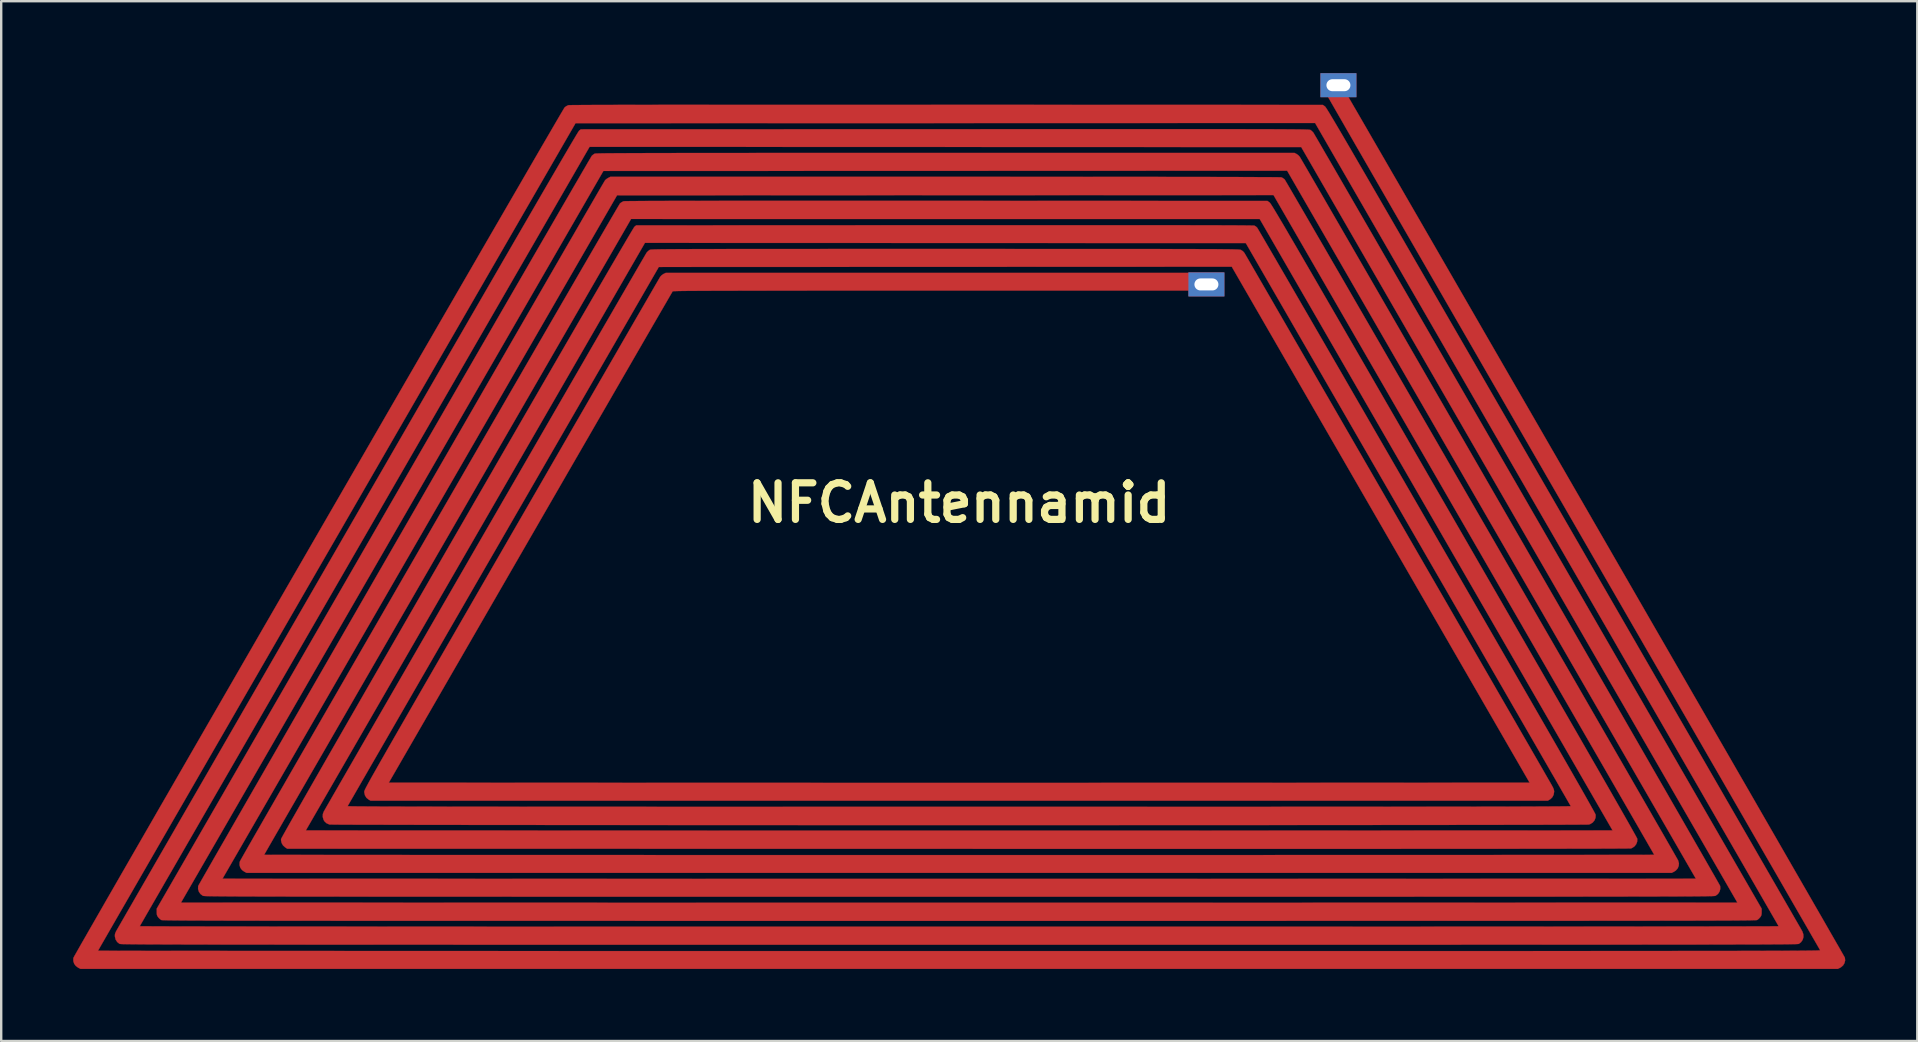
<source format=kicad_pcb>
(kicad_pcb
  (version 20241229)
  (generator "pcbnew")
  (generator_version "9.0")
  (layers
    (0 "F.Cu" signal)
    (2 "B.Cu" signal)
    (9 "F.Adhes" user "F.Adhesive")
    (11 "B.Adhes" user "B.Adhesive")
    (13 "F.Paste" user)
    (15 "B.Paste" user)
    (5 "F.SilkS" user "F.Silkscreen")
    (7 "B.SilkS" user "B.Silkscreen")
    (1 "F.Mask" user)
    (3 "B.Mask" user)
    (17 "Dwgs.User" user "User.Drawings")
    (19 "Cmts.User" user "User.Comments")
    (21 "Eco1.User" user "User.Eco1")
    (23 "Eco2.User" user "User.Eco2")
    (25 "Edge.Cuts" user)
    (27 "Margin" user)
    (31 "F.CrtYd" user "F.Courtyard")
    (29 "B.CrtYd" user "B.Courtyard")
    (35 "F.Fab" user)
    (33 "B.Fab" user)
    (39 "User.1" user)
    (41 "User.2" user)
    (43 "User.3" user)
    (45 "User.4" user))
  (footprint "NFCAntennamid"
    (layer "F.Cu")
    (at 36.912 18.9)
    (property "Reference" "NFCAntennamid" (at 0 -1 0) (layer "F.SilkS") (effects (font (size 1.524 1.524) (thickness 0.3))))
    (attr through_hole)
    (fp_poly (pts (xy 15.955 -18.356) (xy 15.987 -18.301) (xy 16.04 -18.21) (xy 16.112 -18.087) (xy 16.203 -17.93) (xy 16.313 -17.741) (xy 16.44 -17.521) (xy 16.585 -17.272) (xy 16.746 -16.993) (xy 16.924 -16.686) (xy 17.117 -16.352) (xy 17.325 -15.992) (xy 17.548 -15.607) (xy 17.785 -15.197) (xy 18.035 -14.764) (xy 18.299 -14.309) (xy 18.574 -13.832) (xy 18.862 -13.334) (xy 19.16 -12.818) (xy 19.469 -12.282) (xy 19.789 -11.729) (xy 20.118 -11.159) (xy 20.456 -10.574) (xy 20.802 -9.974) (xy 21.157 -9.36) (xy 21.519 -8.733) (xy 21.887 -8.094) (xy 22.262 -7.445) (xy 22.643 -6.785) (xy 23.029 -6.116) (xy 23.42 -5.44) (xy 23.815 -4.756) (xy 24.213 -4.066) (xy 24.614 -3.37) (xy 25.018 -2.671) (xy 25.423 -1.968) (xy 25.83 -1.263) (xy 26.238 -0.556) (xy 26.646 0.151) (xy 27.054 0.858) (xy 27.46 1.563) (xy 27.866 2.266) (xy 28.269 2.965) (xy 28.67 3.661) (xy 29.068 4.351) (xy 29.463 5.034) (xy 29.853 5.711) (xy 30.238 6.379) (xy 30.618 7.039) (xy 30.993 7.688) (xy 31.361 8.326) (xy 31.722 8.953) (xy 32.076 9.566) (xy 32.421 10.166) (xy 32.759 10.751) (xy 33.087 11.32) (xy 33.405 11.873) (xy 33.713 12.408) (xy 34.011 12.924) (xy 34.297 13.421) (xy 34.571 13.897) (xy 34.833 14.352) (xy 35.082 14.784) (xy 35.318 15.193) (xy 35.539 15.578) (xy 35.746 15.937) (xy 35.938 16.27) (xy 36.114 16.576) (xy 36.273 16.854) (xy 36.416 17.103) (xy 36.542 17.322) (xy 36.65 17.509) (xy 36.739 17.665) (xy 36.809 17.788) (xy 36.86 17.877) (xy 36.89 17.932) (xy 36.9 17.95) (xy 36.911 18.064) (xy 36.884 18.175) (xy 36.824 18.273) (xy 36.733 18.351) (xy 36.704 18.367) (xy 36.609 18.415) (xy -36.609 18.415) (xy -36.704 18.367) (xy -36.801 18.297) (xy -36.871 18.203) (xy -36.907 18.095) (xy -36.907 17.981) (xy -36.9 17.95) (xy -36.888 17.927) (xy -36.856 17.868) (xy -36.803 17.775) (xy -36.731 17.648) (xy -36.64 17.488) (xy -36.531 17.296) (xy -36.403 17.074) (xy -36.259 16.821) (xy -36.097 16.54) (xy -35.92 16.231) (xy -35.727 15.895) (xy -35.519 15.532) (xy -35.296 15.145) (xy -35.06 14.734) (xy -34.81 14.3) (xy -34.547 13.843) (xy -34.272 13.366) (xy -33.985 12.868) (xy -33.687 12.351) (xy -33.379 11.815) (xy -33.06 11.263) (xy -32.732 10.694) (xy -32.395 10.11) (xy -32.05 9.511) (xy -31.697 8.899) (xy -31.337 8.274) (xy -30.97 7.638) (xy -30.597 6.992) (xy -30.218 6.336) (xy -29.835 5.671) (xy -29.446 4.998) (xy -29.055 4.319) (xy -28.659 3.635) (xy -28.261 2.945) (xy -27.861 2.252) (xy -27.459 1.556) (xy -27.056 0.858) (xy -26.653 0.16) (xy -26.249 -0.539) (xy -25.846 -1.236) (xy -25.444 -1.932) (xy -25.044 -2.624) (xy -24.646 -3.313) (xy -24.251 -3.996) (xy -23.86 -4.674) (xy -23.472 -5.345) (xy -23.089 -6.008) (xy -22.71 -6.662) (xy -22.338 -7.306) (xy -21.971 -7.94) (xy -21.612 -8.562) (xy -21.259 -9.171) (xy -20.915 -9.766) (xy -20.579 -10.347) (xy -20.251 -10.913) (xy -19.934 -11.462) (xy -19.626 -11.993) (xy -19.329 -12.506) (xy -19.043 -12.999) (xy -18.769 -13.472) (xy -18.507 -13.924) (xy -18.258 -14.353) (xy -18.023 -14.759) (xy -17.801 -15.141) (xy -17.594 -15.498) (xy -17.403 -15.828) (xy -17.226 -16.131) (xy -17.066 -16.406) (xy -16.923 -16.652) (xy -16.797 -16.868) (xy -16.689 -17.053) (xy -16.6 -17.205) (xy -16.529 -17.325) (xy -16.478 -17.411) (xy -16.447 -17.462) (xy -16.437 -17.477) (xy -16.372 -17.525) (xy -16.3 -17.561) (xy -16.282 -17.567) (xy -16.26 -17.569) (xy -16.208 -17.57) (xy -16.124 -17.572) (xy -16.008 -17.573) (xy -15.859 -17.574) (xy -15.678 -17.575) (xy -15.464 -17.576) (xy -15.216 -17.578) (xy -14.935 -17.579) (xy -14.619 -17.579) (xy -14.268 -17.58) (xy -13.883 -17.581) (xy -13.462 -17.582) (xy -13.005 -17.582) (xy -12.513 -17.583) (xy -11.983 -17.584) (xy -11.417 -17.584) (xy -10.813 -17.584) (xy -10.172 -17.585) (xy -9.492 -17.585) (xy -8.774 -17.585) (xy -8.017 -17.585) (xy -7.221 -17.585) (xy -6.385 -17.585) (xy -5.509 -17.585) (xy -4.593 -17.585) (xy -3.636 -17.585) (xy -2.638 -17.585) (xy -1.598 -17.585) (xy -0.523 -17.584) (xy 15.152 -17.579) (xy 15.241 -17.515) (xy 15.247 -17.51) (xy 15.256 -17.499) (xy 15.268 -17.483) (xy 15.283 -17.46) (xy 15.303 -17.431) (xy 15.327 -17.394) (xy 15.355 -17.349) (xy 15.389 -17.294) (xy 15.428 -17.231) (xy 15.472 -17.156) (xy 15.523 -17.071) (xy 15.581 -16.974) (xy 15.646 -16.865) (xy 15.718 -16.743) (xy 15.798 -16.607) (xy 15.887 -16.456) (xy 15.984 -16.291) (xy 16.09 -16.109) (xy 16.205 -15.912) (xy 16.331 -15.697) (xy 16.466 -15.464) (xy 16.612 -15.212) (xy 16.769 -14.942) (xy 16.938 -14.652) (xy 17.118 -14.341) (xy 17.311 -14.008) (xy 17.516 -13.654) (xy 17.734 -13.277) (xy 17.966 -12.877) (xy 18.211 -12.453) (xy 18.471 -12.005) (xy 18.745 -11.531) (xy 19.034 -11.03) (xy 19.339 -10.504) (xy 19.659 -9.949) (xy 19.995 -9.367) (xy 20.348 -8.756) (xy 20.718 -8.116) (xy 21.106 -7.445) (xy 21.511 -6.744) (xy 21.934 -6.011) (xy 22.376 -5.246) (xy 22.837 -4.448) (xy 23.317 -3.617) (xy 23.817 -2.751) (xy 24.336 -1.85) (xy 24.877 -0.914) (xy 25.203 -0.349) (xy 25.66 0.442) (xy 26.112 1.225) (xy 26.558 1.998) (xy 26.999 2.761) (xy 27.433 3.513) (xy 27.86 4.253) (xy 28.279 4.98) (xy 28.691 5.693) (xy 29.094 6.392) (xy 29.489 7.076) (xy 29.874 7.743) (xy 30.25 8.394) (xy 30.615 9.027) (xy 30.97 9.642) (xy 31.314 10.238) (xy 31.646 10.813) (xy 31.965 11.367) (xy 32.273 11.9) (xy 32.567 12.41) (xy 32.848 12.897) (xy 33.115 13.36) (xy 33.367 13.798) (xy 33.605 14.21) (xy 33.827 14.596) (xy 34.034 14.954) (xy 34.224 15.284) (xy 34.398 15.585) (xy 34.554 15.856) (xy 34.693 16.096) (xy 34.813 16.306) (xy 34.915 16.482) (xy 34.998 16.626) (xy 35.061 16.736) (xy 35.104 16.812) (xy 35.127 16.852) (xy 35.13 16.858) (xy 35.17 16.978) (xy 35.173 17.097) (xy 35.139 17.209) (xy 35.072 17.305) (xy 34.982 17.373) (xy 34.978 17.374) (xy 34.971 17.376) (xy 34.961 17.377) (xy 34.946 17.379) (xy 34.927 17.38) (xy 34.903 17.381) (xy 34.873 17.383) (xy 34.837 17.384) (xy 34.793 17.385) (xy 34.742 17.386) (xy 34.683 17.387) (xy 34.615 17.388) (xy 34.537 17.39) (xy 34.45 17.391) (xy 34.352 17.392) (xy 34.242 17.393) (xy 34.121 17.393) (xy 33.987 17.394) (xy 33.84 17.395) (xy 33.68 17.396) (xy 33.506 17.397) (xy 33.316 17.398) (xy 33.111 17.398) (xy 32.891 17.399) (xy 32.653 17.4) (xy 32.398 17.4) (xy 32.126 17.401) (xy 31.835 17.402) (xy 31.525 17.402) (xy 31.195 17.403) (xy 30.846 17.403) (xy 30.475 17.404) (xy 30.083 17.404) (xy 29.669 17.405) (xy 29.232 17.405) (xy 28.772 17.405) (xy 28.288 17.406) (xy 27.78 17.406) (xy 27.246 17.406) (xy 26.687 17.407) (xy 26.102 17.407) (xy 25.49 17.407) (xy 24.851 17.407) (xy 24.183 17.408) (xy 23.487 17.408) (xy 22.762 17.408) (xy 22.007 17.408) (xy 21.221 17.408) (xy 20.404 17.409) (xy 19.556 17.409) (xy 18.675 17.409) (xy 17.762 17.409) (xy 16.815 17.409) (xy 15.834 17.409) (xy 14.819 17.409) (xy 13.768 17.409) (xy 12.681 17.409) (xy 11.558 17.409) (xy 10.398 17.409) (xy 9.2 17.409) (xy 7.964 17.41) (xy 6.689 17.41) (xy 5.375 17.41) (xy 4.021 17.41) (xy 2.626 17.41) (xy 1.189 17.41) (xy 0 17.41) (xy -1.47 17.41) (xy -2.898 17.41) (xy -4.285 17.41) (xy -5.632 17.41) (xy -6.939 17.41) (xy -8.206 17.41) (xy -9.434 17.409) (xy -10.625 17.409) (xy -11.778 17.409) (xy -12.894 17.409) (xy -13.973 17.409) (xy -15.017 17.409) (xy -16.026 17.409) (xy -17.001 17.409) (xy -17.941 17.409) (xy -18.848 17.409) (xy -19.722 17.409) (xy -20.564 17.409) (xy -21.375 17.408) (xy -22.155 17.408) (xy -22.904 17.408) (xy -23.624 17.408) (xy -24.314 17.408) (xy -24.976 17.407) (xy -25.611 17.407) (xy -26.217 17.407) (xy -26.797 17.407) (xy -27.351 17.406) (xy -27.88 17.406) (xy -28.383 17.406) (xy -28.863 17.405) (xy -29.318 17.405) (xy -29.75 17.404) (xy -30.16 17.404) (xy -30.548 17.404) (xy -30.915 17.403) (xy -31.261 17.403) (xy -31.586 17.402) (xy -31.893 17.401) (xy -32.18 17.401) (xy -32.449 17.4) (xy -32.7 17.4) (xy -32.935 17.399) (xy -33.152 17.398) (xy -33.354 17.397) (xy -33.54 17.397) (xy -33.712 17.396) (xy -33.87 17.395) (xy -34.014 17.394) (xy -34.145 17.393) (xy -34.264 17.392) (xy -34.371 17.391) (xy -34.467 17.39) (xy -34.553 17.389) (xy -34.629 17.388) (xy -34.695 17.387) (xy -34.753 17.386) (xy -34.802 17.385) (xy -34.844 17.384) (xy -34.88 17.382) (xy -34.908 17.381) (xy -34.931 17.38) (xy -34.95 17.378) (xy -34.963 17.377) (xy -34.973 17.375) (xy -34.979 17.374) (xy -34.982 17.373) (xy -35.078 17.297) (xy -35.144 17.196) (xy -35.174 17.076) (xy -35.174 17.073) (xy -35.176 16.999) (xy -35.163 16.934) (xy -35.131 16.86) (xy -35.123 16.845) (xy -35.11 16.821) (xy -35.076 16.762) (xy -35.021 16.667) (xy -34.947 16.538) (xy -34.854 16.376) (xy -34.742 16.181) (xy -34.612 15.955) (xy -34.463 15.698) (xy -34.298 15.41) (xy -34.115 15.094) (xy -33.916 14.749) (xy -33.701 14.376) (xy -33.471 13.976) (xy -33.226 13.551) (xy -32.966 13.101) (xy -32.692 12.626) (xy -32.405 12.127) (xy -32.104 11.606) (xy -31.791 11.064) (xy -31.465 10.5) (xy -31.128 9.916) (xy -30.78 9.312) (xy -30.421 8.69) (xy -30.052 8.051) (xy -29.673 7.394) (xy -29.285 6.722) (xy -28.888 6.034) (xy -28.483 5.331) (xy -28.07 4.616) (xy -27.649 3.887) (xy -27.221 3.146) (xy -26.787 2.394) (xy -26.347 1.632) (xy -25.902 0.861) (xy -25.485 0.138) (xy -24.92 -0.841) (xy -24.375 -1.784) (xy -23.851 -2.691) (xy -23.348 -3.563) (xy -22.864 -4.401) (xy -22.399 -5.205) (xy -21.954 -5.976) (xy -21.528 -6.714) (xy -21.12 -7.42) (xy -20.73 -8.094) (xy -20.358 -8.738) (xy -20.003 -9.351) (xy -19.666 -9.934) (xy -19.346 -10.488) (xy -19.042 -11.014) (xy -18.754 -11.511) (xy -18.482 -11.981) (xy -18.225 -12.424) (xy -17.984 -12.84) (xy -17.757 -13.231) (xy -17.546 -13.596) (xy -17.348 -13.937) (xy -17.164 -14.253) (xy -16.993 -14.546) (xy -16.836 -14.816) (xy -16.692 -15.064) (xy -16.56 -15.29) (xy -16.44 -15.495) (xy -16.332 -15.679) (xy -16.236 -15.843) (xy -16.151 -15.987) (xy -16.077 -16.112) (xy -16.013 -16.219) (xy -15.96 -16.309) (xy -15.916 -16.381) (xy -15.882 -16.436) (xy -15.857 -16.475) (xy -15.841 -16.499) (xy -15.834 -16.507) (xy -15.762 -16.563) (xy -0.594 -16.568) (xy 0.366 -16.568) (xy 1.285 -16.569) (xy 2.164 -16.569) (xy 3.003 -16.569) (xy 3.804 -16.57) (xy 4.566 -16.57) (xy 5.292 -16.57) (xy 5.982 -16.57) (xy 6.637 -16.57) (xy 7.258 -16.57) (xy 7.845 -16.57) (xy 8.401 -16.57) (xy 8.925 -16.57) (xy 9.419 -16.57) (xy 9.883 -16.57) (xy 10.318 -16.57) (xy 10.726 -16.57) (xy 11.107 -16.569) (xy 11.463 -16.569) (xy 11.793 -16.569) (xy 12.1 -16.568) (xy 12.383 -16.568) (xy 12.644 -16.567) (xy 12.884 -16.567) (xy 13.104 -16.566) (xy 13.304 -16.565) (xy 13.485 -16.564) (xy 13.649 -16.563) (xy 13.797 -16.562) (xy 13.929 -16.561) (xy 14.045 -16.56) (xy 14.148 -16.559) (xy 14.238 -16.558) (xy 14.316 -16.556) (xy 14.383 -16.555) (xy 14.439 -16.553) (xy 14.486 -16.551) (xy 14.525 -16.55) (xy 14.556 -16.548) (xy 14.581 -16.546) (xy 14.6 -16.544) (xy 14.614 -16.542) (xy 14.624 -16.539) (xy 14.632 -16.537) (xy 14.637 -16.534) (xy 14.64 -16.533) (xy 14.697 -16.488) (xy 14.752 -16.43) (xy 14.759 -16.422) (xy 14.772 -16.4) (xy 14.805 -16.343) (xy 14.859 -16.25) (xy 14.933 -16.124) (xy 15.026 -15.964) (xy 15.137 -15.772) (xy 15.267 -15.547) (xy 15.415 -15.293) (xy 15.58 -15.008) (xy 15.762 -14.693) (xy 15.96 -14.351) (xy 16.174 -13.981) (xy 16.403 -13.584) (xy 16.647 -13.162) (xy 16.906 -12.714) (xy 17.179 -12.243) (xy 17.465 -11.748) (xy 17.764 -11.23) (xy 18.076 -10.691) (xy 18.399 -10.131) (xy 18.735 -9.551) (xy 19.081 -8.951) (xy 19.438 -8.334) (xy 19.805 -7.699) (xy 20.181 -7.047) (xy 20.567 -6.379) (xy 20.961 -5.696) (xy 21.364 -4.999) (xy 21.774 -4.289) (xy 22.191 -3.566) (xy 22.615 -2.832) (xy 23.046 -2.086) (xy 23.482 -1.331) (xy 23.923 -0.566) (xy 24.122 -0.222) (xy 33.433 15.907) (xy 33.433 16.046) (xy 33.43 16.128) (xy 33.419 16.185) (xy 33.395 16.233) (xy 33.373 16.263) (xy 33.32 16.321) (xy 33.262 16.369) (xy 33.246 16.378) (xy 33.242 16.379) (xy 33.235 16.381) (xy 33.225 16.382) (xy 33.21 16.384) (xy 33.191 16.385) (xy 33.167 16.387) (xy 33.136 16.388) (xy 33.099 16.389) (xy 33.055 16.39) (xy 33.003 16.392) (xy 32.943 16.393) (xy 32.874 16.394) (xy 32.795 16.395) (xy 32.706 16.396) (xy 32.606 16.397) (xy 32.495 16.398) (xy 32.371 16.399) (xy 32.235 16.4) (xy 32.086 16.401) (xy 31.922 16.402) (xy 31.745 16.402) (xy 31.552 16.403) (xy 31.343 16.404) (xy 31.118 16.405) (xy 30.875 16.405) (xy 30.616 16.406) (xy 30.338 16.407) (xy 30.041 16.407) (xy 29.724 16.408) (xy 29.388 16.408) (xy 29.031 16.409) (xy 28.652 16.409) (xy 28.252 16.41) (xy 27.829 16.41) (xy 27.383 16.41) (xy 26.913 16.411) (xy 26.419 16.411) (xy 25.9 16.412) (xy 25.355 16.412) (xy 24.784 16.412) (xy 24.186 16.412) (xy 23.56 16.413) (xy 22.907 16.413) (xy 22.224 16.413) (xy 21.513 16.413) (xy 20.771 16.413) (xy 19.999 16.414) (xy 19.196 16.414) (xy 18.361 16.414) (xy 17.494 16.414) (xy 16.593 16.414) (xy 15.659 16.414) (xy 14.691 16.414) (xy 13.688 16.414) (xy 12.649 16.415) (xy 11.574 16.415) (xy 10.463 16.415) (xy 9.314 16.415) (xy 8.127 16.415) (xy 6.902 16.415) (xy 5.637 16.415) (xy 4.333 16.415) (xy 2.988 16.415) (xy 1.602 16.415) (xy 0.175 16.415) (xy 0 16.415) (xy -1.432 16.415) (xy -2.823 16.415) (xy -4.173 16.415) (xy -5.482 16.415) (xy -6.751 16.415) (xy -7.981 16.415) (xy -9.173 16.415) (xy -10.326 16.415) (xy -11.442 16.415) (xy -12.521 16.415) (xy -13.564 16.414) (xy -14.572 16.414) (xy -15.544 16.414) (xy -16.482 16.414) (xy -17.387 16.414) (xy -18.258 16.414) (xy -19.097 16.414) (xy -19.904 16.414) (xy -20.68 16.414) (xy -21.425 16.413) (xy -22.14 16.413) (xy -22.826 16.413) (xy -23.483 16.413) (xy -24.112 16.412) (xy -24.713 16.412) (xy -25.287 16.412) (xy -25.835 16.412) (xy -26.358 16.411) (xy -26.855 16.411) (xy -27.328 16.411) (xy -27.777 16.41) (xy -28.202 16.41) (xy -28.605 16.409) (xy -28.986 16.409) (xy -29.346 16.408) (xy -29.685 16.408) (xy -30.004 16.407) (xy -30.303 16.407) (xy -30.583 16.406) (xy -30.845 16.405) (xy -31.089 16.405) (xy -31.317 16.404) (xy -31.527 16.403) (xy -31.722 16.403) (xy -31.902 16.402) (xy -32.067 16.401) (xy -32.218 16.4) (xy -32.356 16.399) (xy -32.481 16.398) (xy -32.593 16.397) (xy -32.695 16.396) (xy -32.785 16.395) (xy -32.865 16.394) (xy -32.935 16.393) (xy -32.996 16.392) (xy -33.049 16.391) (xy -33.094 16.389) (xy -33.132 16.388) (xy -33.163 16.387) (xy -33.188 16.385) (xy -33.208 16.384) (xy -33.223 16.383) (xy -33.234 16.381) (xy -33.242 16.38) (xy -33.246 16.378) (xy -33.246 16.378) (xy -33.303 16.337) (xy -33.36 16.28) (xy -33.373 16.263) (xy -33.407 16.213) (xy -33.425 16.163) (xy -33.432 16.098) (xy -33.433 16.046) (xy -33.433 15.907) (xy -24.397 0.254) (xy -23.96 -0.503) (xy -23.528 -1.251) (xy -23.102 -1.989) (xy -22.682 -2.717) (xy -22.268 -3.434) (xy -21.861 -4.138) (xy -21.462 -4.829) (xy -21.071 -5.506) (xy -20.688 -6.169) (xy -20.314 -6.815) (xy -19.95 -7.446) (xy -19.595 -8.059) (xy -19.252 -8.654) (xy -18.919 -9.23) (xy -18.597 -9.786) (xy -18.287 -10.321) (xy -17.99 -10.835) (xy -17.706 -11.327) (xy -17.435 -11.795) (xy -17.177 -12.239) (xy -16.935 -12.658) (xy -16.707 -13.052) (xy -16.494 -13.419) (xy -16.297 -13.759) (xy -16.117 -14.07) (xy -15.953 -14.352) (xy -15.806 -14.604) (xy -15.678 -14.826) (xy -15.567 -15.015) (xy -15.476 -15.173) (xy -15.403 -15.297) (xy -15.35 -15.386) (xy -15.318 -15.441) (xy -15.306 -15.46) (xy -15.249 -15.509) (xy -15.187 -15.548) (xy -15.182 -15.55) (xy -15.173 -15.551) (xy -15.154 -15.553) (xy -15.123 -15.555) (xy -15.081 -15.557) (xy -15.026 -15.558) (xy -14.957 -15.56) (xy -14.874 -15.561) (xy -14.775 -15.563) (xy -14.66 -15.564) (xy -14.528 -15.565) (xy -14.378 -15.566) (xy -14.21 -15.567) (xy -14.021 -15.568) (xy -13.812 -15.569) (xy -13.581 -15.57) (xy -13.328 -15.571) (xy -13.051 -15.572) (xy -12.751 -15.573) (xy -12.425 -15.573) (xy -12.073 -15.574) (xy -11.695 -15.575) (xy -11.289 -15.575) (xy -10.855 -15.576) (xy -10.391 -15.576) (xy -9.897 -15.577) (xy -9.371 -15.577) (xy -8.814 -15.577) (xy -8.224 -15.578) (xy -7.6 -15.578) (xy -6.941 -15.578) (xy -6.246 -15.578) (xy -5.516 -15.578) (xy -4.748 -15.578) (xy -3.941 -15.579) (xy -3.096 -15.579) (xy -2.211 -15.579) (xy -1.285 -15.579) (xy -0.571 -15.579) (xy 13.972 -15.579) (xy 14.055 -15.536) (xy 14.123 -15.489) (xy 14.182 -15.427) (xy 14.191 -15.414) (xy 14.209 -15.384) (xy 14.248 -15.318) (xy 14.307 -15.218) (xy 14.384 -15.085) (xy 14.481 -14.919) (xy 14.595 -14.722) (xy 14.726 -14.496) (xy 14.875 -14.24) (xy 15.039 -13.956) (xy 15.219 -13.645) (xy 15.414 -13.308) (xy 15.623 -12.946) (xy 15.846 -12.561) (xy 16.082 -12.152) (xy 16.331 -11.722) (xy 16.591 -11.271) (xy 16.863 -10.8) (xy 17.146 -10.311) (xy 17.439 -9.804) (xy 17.741 -9.28) (xy 18.052 -8.741) (xy 18.372 -8.188) (xy 18.699 -7.621) (xy 19.033 -7.042) (xy 19.374 -6.451) (xy 19.721 -5.85) (xy 20.073 -5.24) (xy 20.43 -4.621) (xy 20.79 -3.995) (xy 21.155 -3.364) (xy 21.522 -2.727) (xy 21.892 -2.086) (xy 22.263 -1.442) (xy 22.636 -0.796) (xy 23.008 -0.149) (xy 23.381 0.497) (xy 23.753 1.143) (xy 24.124 1.786) (xy 24.493 2.426) (xy 24.86 3.062) (xy 25.223 3.692) (xy 25.583 4.316) (xy 25.938 4.933) (xy 26.288 5.541) (xy 26.633 6.14) (xy 26.972 6.728) (xy 27.304 7.304) (xy 27.629 7.868) (xy 27.945 8.418) (xy 28.254 8.953) (xy 28.553 9.473) (xy 28.842 9.976) (xy 29.121 10.461) (xy 29.39 10.927) (xy 29.646 11.373) (xy 29.891 11.798) (xy 30.123 12.201) (xy 30.341 12.581) (xy 30.546 12.937) (xy 30.736 13.268) (xy 30.911 13.572) (xy 31.07 13.849) (xy 31.212 14.098) (xy 31.338 14.318) (xy 31.447 14.507) (xy 31.537 14.665) (xy 31.608 14.79) (xy 31.66 14.882) (xy 31.692 14.94) (xy 31.704 14.961) (xy 31.704 14.961) (xy 31.71 15.082) (xy 31.679 15.195) (xy 31.615 15.292) (xy 31.522 15.364) (xy 31.516 15.367) (xy 31.512 15.369) (xy 31.508 15.371) (xy 31.502 15.373) (xy 31.494 15.375) (xy 31.483 15.376) (xy 31.469 15.378) (xy 31.451 15.379) (xy 31.429 15.381) (xy 31.401 15.382) (xy 31.368 15.384) (xy 31.328 15.385) (xy 31.281 15.386) (xy 31.226 15.387) (xy 31.163 15.389) (xy 31.091 15.39) (xy 31.009 15.391) (xy 30.917 15.392) (xy 30.814 15.393) (xy 30.699 15.394) (xy 30.573 15.395) (xy 30.433 15.396) (xy 30.28 15.397) (xy 30.113 15.398) (xy 29.931 15.398) (xy 29.734 15.399) (xy 29.521 15.4) (xy 29.291 15.4) (xy 29.044 15.401) (xy 28.778 15.402) (xy 28.495 15.402) (xy 28.192 15.403) (xy 27.869 15.403) (xy 27.526 15.404) (xy 27.162 15.404) (xy 26.776 15.405) (xy 26.368 15.405) (xy 25.937 15.406) (xy 25.482 15.406) (xy 25.003 15.406) (xy 24.498 15.407) (xy 23.969 15.407) (xy 23.413 15.407) (xy 22.83 15.407) (xy 22.22 15.408) (xy 21.582 15.408) (xy 20.915 15.408) (xy 20.219 15.408) (xy 19.493 15.408) (xy 18.736 15.409) (xy 17.948 15.409) (xy 17.127 15.409) (xy 16.275 15.409) (xy 15.389 15.409) (xy 14.469 15.409) (xy 13.515 15.409) (xy 12.526 15.409) (xy 11.501 15.409) (xy 10.44 15.409) (xy 9.342 15.409) (xy 8.206 15.409) (xy 7.032 15.409) (xy 5.819 15.409) (xy 4.567 15.409) (xy 3.274 15.409) (xy 1.941 15.409) (xy 0.566 15.409) (xy -1.392 15.409) (xy -2.742 15.409) (xy -4.051 15.409) (xy -5.32 15.409) (xy -6.548 15.409) (xy -7.738 15.409) (xy -8.889 15.409) (xy -10.002 15.409) (xy -11.078 15.409) (xy -12.118 15.409) (xy -13.121 15.409) (xy -14.089 15.409) (xy -15.023 15.409) (xy -15.922 15.409) (xy -16.788 15.409) (xy -17.621 15.409) (xy -18.422 15.409) (xy -19.191 15.408) (xy -19.93 15.408) (xy -20.638 15.408) (xy -21.317 15.408) (xy -21.967 15.408) (xy -22.588 15.408) (xy -23.182 15.407) (xy -23.748 15.407) (xy -24.288 15.407) (xy -24.802 15.406) (xy -25.292 15.406) (xy -25.756 15.406) (xy -26.197 15.405) (xy -26.614 15.405) (xy -27.009 15.405) (xy -27.382 15.404) (xy -27.734 15.404) (xy -28.065 15.403) (xy -28.375 15.403) (xy -28.667 15.402) (xy -28.939 15.401) (xy -29.193 15.401) (xy -29.43 15.4) (xy -29.65 15.399) (xy -29.854 15.399) (xy -30.042 15.398) (xy -30.215 15.397) (xy -30.373 15.396) (xy -30.518 15.395) (xy -30.65 15.394) (xy -30.769 15.393) (xy -30.877 15.392) (xy -30.973 15.391) (xy -31.059 15.39) (xy -31.135 15.389) (xy -31.202 15.388) (xy -31.26 15.387) (xy -31.31 15.385) (xy -31.353 15.384) (xy -31.389 15.383) (xy -31.418 15.381) (xy -31.443 15.38) (xy -31.463 15.378) (xy -31.478 15.377) (xy -31.49 15.375) (xy -31.499 15.374) (xy -31.506 15.372) (xy -31.511 15.37) (xy -31.515 15.368) (xy -31.516 15.367) (xy -31.61 15.297) (xy -31.676 15.201) (xy -31.71 15.089) (xy -31.706 14.969) (xy -31.705 14.962) (xy -31.694 14.942) (xy -31.662 14.885) (xy -31.61 14.794) (xy -31.54 14.67) (xy -31.45 14.513) (xy -31.342 14.324) (xy -31.217 14.106) (xy -31.075 13.858) (xy -30.917 13.582) (xy -30.743 13.279) (xy -30.553 12.95) (xy -30.35 12.596) (xy -30.133 12.218) (xy -29.902 11.817) (xy -29.659 11.394) (xy -29.404 10.95) (xy -29.137 10.487) (xy -28.86 10.005) (xy -28.572 9.506) (xy -28.275 8.99) (xy -27.969 8.458) (xy -27.655 7.913) (xy -27.333 7.353) (xy -27.004 6.782) (xy -26.668 6.199) (xy -26.327 5.607) (xy -25.98 5.005) (xy -25.629 4.395) (xy -25.273 3.778) (xy -24.914 3.155) (xy -24.553 2.528) (xy -24.189 1.896) (xy -23.823 1.262) (xy -23.457 0.626) (xy -23.09 -0.01) (xy -22.723 -0.646) (xy -22.357 -1.28) (xy -21.993 -1.912) (xy -21.631 -2.54) (xy -21.271 -3.164) (xy -20.915 -3.782) (xy -20.562 -4.393) (xy -20.214 -4.996) (xy -19.872 -5.59) (xy -19.535 -6.174) (xy -19.204 -6.747) (xy -18.88 -7.308) (xy -18.564 -7.856) (xy -18.256 -8.389) (xy -17.957 -8.907) (xy -17.667 -9.409) (xy -17.387 -9.894) (xy -17.118 -10.36) (xy -16.86 -10.806) (xy -16.614 -11.232) (xy -16.381 -11.636) (xy -16.16 -12.017) (xy -15.953 -12.375) (xy -15.761 -12.708) (xy -15.583 -13.015) (xy -15.421 -13.294) (xy -15.275 -13.546) (xy -15.146 -13.769) (xy -15.034 -13.962) (xy -14.94 -14.123) (xy -14.865 -14.252) (xy -14.808 -14.348) (xy -14.772 -14.41) (xy -14.756 -14.436) (xy -14.756 -14.436) (xy -14.715 -14.477) (xy -14.653 -14.521) (xy -14.626 -14.536) (xy -14.533 -14.584) (xy -0.593 -14.584) (xy 0.429 -14.584) (xy 1.415 -14.584) (xy 2.363 -14.583) (xy 3.274 -14.583) (xy 4.147 -14.583) (xy 4.983 -14.583) (xy 5.78 -14.582) (xy 6.539 -14.582) (xy 7.26 -14.581) (xy 7.942 -14.581) (xy 8.585 -14.58) (xy 9.189 -14.579) (xy 9.754 -14.578) (xy 10.279 -14.578) (xy 10.764 -14.577) (xy 11.21 -14.576) (xy 11.615 -14.575) (xy 11.98 -14.574) (xy 12.304 -14.572) (xy 12.587 -14.571) (xy 12.83 -14.57) (xy 13.031 -14.569) (xy 13.191 -14.567) (xy 13.309 -14.566) (xy 13.385 -14.565) (xy 13.419 -14.563) (xy 13.421 -14.563) (xy 13.484 -14.533) (xy 13.547 -14.487) (xy 13.561 -14.473) (xy 13.575 -14.452) (xy 13.608 -14.395) (xy 13.662 -14.304) (xy 13.735 -14.179) (xy 13.827 -14.022) (xy 13.936 -13.834) (xy 14.063 -13.616) (xy 14.207 -13.368) (xy 14.367 -13.093) (xy 14.543 -12.79) (xy 14.733 -12.462) (xy 14.938 -12.108) (xy 15.157 -11.732) (xy 15.388 -11.332) (xy 15.632 -10.911) (xy 15.888 -10.47) (xy 16.155 -10.009) (xy 16.432 -9.529) (xy 16.719 -9.033) (xy 17.016 -8.52) (xy 17.321 -7.993) (xy 17.635 -7.451) (xy 17.955 -6.896) (xy 18.283 -6.33) (xy 18.617 -5.753) (xy 18.956 -5.166) (xy 19.3 -4.571) (xy 19.649 -3.968) (xy 20.001 -3.359) (xy 20.356 -2.744) (xy 20.714 -2.125) (xy 21.073 -1.503) (xy 21.434 -0.879) (xy 21.795 -0.253) (xy 22.157 0.372) (xy 22.517 0.996) (xy 22.876 1.618) (xy 23.234 2.236) (xy 23.588 2.851) (xy 23.94 3.459) (xy 24.287 4.062) (xy 24.631 4.656) (xy 24.969 5.242) (xy 25.302 5.818) (xy 25.628 6.383) (xy 25.947 6.937) (xy 26.259 7.477) (xy 26.562 8.003) (xy 26.857 8.514) (xy 27.143 9.009) (xy 27.418 9.487) (xy 27.683 9.946) (xy 27.936 10.385) (xy 28.177 10.804) (xy 28.406 11.201) (xy 28.622 11.576) (xy 28.824 11.927) (xy 29.011 12.253) (xy 29.184 12.553) (xy 29.341 12.825) (xy 29.481 13.07) (xy 29.605 13.286) (xy 29.711 13.471) (xy 29.799 13.625) (xy 29.868 13.746) (xy 29.918 13.834) (xy 29.947 13.887) (xy 29.956 13.904) (xy 29.986 14.018) (xy 29.976 14.13) (xy 29.931 14.234) (xy 29.853 14.321) (xy 29.782 14.367) (xy 29.688 14.415) (xy -29.688 14.415) (xy -29.782 14.367) (xy -29.881 14.296) (xy -29.949 14.203) (xy -29.982 14.095) (xy -29.979 13.981) (xy -29.967 13.937) (xy -29.954 13.912) (xy -29.921 13.852) (xy -29.867 13.757) (xy -29.795 13.629) (xy -29.704 13.469) (xy -29.595 13.277) (xy -29.468 13.056) (xy -29.325 12.806) (xy -29.165 12.528) (xy -28.991 12.224) (xy -28.801 11.893) (xy -28.597 11.539) (xy -28.38 11.161) (xy -28.149 10.761) (xy -27.907 10.339) (xy -27.653 9.898) (xy -27.387 9.437) (xy -27.112 8.959) (xy -26.827 8.464) (xy -26.532 7.953) (xy -26.229 7.428) (xy -25.918 6.889) (xy -25.6 6.338) (xy -25.276 5.775) (xy -24.946 5.203) (xy -24.61 4.621) (xy -24.269 4.031) (xy -23.925 3.434) (xy -23.577 2.832) (xy -23.227 2.225) (xy -22.874 1.614) (xy -22.52 1.001) (xy -22.165 0.387) (xy -21.81 -0.228) (xy -21.455 -0.842) (xy -21.101 -1.454) (xy -20.749 -2.063) (xy -20.4 -2.668) (xy -20.053 -3.268) (xy -19.71 -3.861) (xy -19.371 -4.447) (xy -19.037 -5.024) (xy -18.709 -5.592) (xy -18.386 -6.149) (xy -18.071 -6.695) (xy -17.763 -7.227) (xy -17.463 -7.745) (xy -17.171 -8.249) (xy -16.889 -8.736) (xy -16.617 -9.205) (xy -16.355 -9.656) (xy -16.105 -10.088) (xy -15.867 -10.499) (xy -15.641 -10.889) (xy -15.428 -11.255) (xy -15.229 -11.598) (xy -15.044 -11.916) (xy -14.875 -12.207) (xy -14.721 -12.472) (xy -14.583 -12.708) (xy -14.463 -12.914) (xy -14.359 -13.091) (xy -14.275 -13.235) (xy -14.209 -13.347) (xy -14.162 -13.425) (xy -14.136 -13.468) (xy -14.13 -13.477) (xy -14.065 -13.525) (xy -13.993 -13.561) (xy -13.974 -13.567) (xy -13.953 -13.568) (xy -13.899 -13.57) (xy -13.814 -13.571) (xy -13.697 -13.573) (xy -13.547 -13.574) (xy -13.364 -13.575) (xy -13.148 -13.577) (xy -12.898 -13.578) (xy -12.613 -13.579) (xy -12.294 -13.58) (xy -11.94 -13.581) (xy -11.551 -13.581) (xy -11.125 -13.582) (xy -10.664 -13.583) (xy -10.165 -13.583) (xy -9.629 -13.584) (xy -9.056 -13.584) (xy -8.445 -13.584) (xy -7.796 -13.585) (xy -7.107 -13.585) (xy -6.38 -13.585) (xy -5.613 -13.585) (xy -4.806 -13.585) (xy -3.958 -13.585) (xy -3.07 -13.585) (xy -2.141 -13.584) (xy -1.169 -13.584) (xy -0.523 -13.584) (xy 12.845 -13.578) (xy 12.933 -13.515) (xy 12.94 -13.508) (xy 12.95 -13.497) (xy 12.963 -13.479) (xy 12.98 -13.455) (xy 13.001 -13.423) (xy 13.027 -13.383) (xy 13.058 -13.334) (xy 13.094 -13.275) (xy 13.137 -13.205) (xy 13.185 -13.124) (xy 13.241 -13.031) (xy 13.304 -12.925) (xy 13.375 -12.805) (xy 13.455 -12.671) (xy 13.543 -12.521) (xy 13.64 -12.356) (xy 13.746 -12.173) (xy 13.863 -11.973) (xy 13.991 -11.754) (xy 14.129 -11.517) (xy 14.279 -11.259) (xy 14.44 -10.981) (xy 14.614 -10.681) (xy 14.801 -10.359) (xy 15.001 -10.014) (xy 15.214 -9.645) (xy 15.442 -9.252) (xy 15.685 -8.833) (xy 15.942 -8.388) (xy 16.215 -7.916) (xy 16.504 -7.416) (xy 16.809 -6.888) (xy 17.131 -6.33) (xy 17.47 -5.743) (xy 17.827 -5.125) (xy 18.203 -4.475) (xy 18.597 -3.793) (xy 19.01 -3.077) (xy 19.442 -2.328) (xy 19.895 -1.544) (xy 20.368 -0.725) (xy 20.631 -0.269) (xy 21.149 0.628) (xy 21.646 1.49) (xy 22.123 2.316) (xy 22.579 3.106) (xy 23.015 3.862) (xy 23.431 4.584) (xy 23.828 5.272) (xy 24.206 5.927) (xy 24.564 6.549) (xy 24.904 7.14) (xy 25.226 7.698) (xy 25.53 8.225) (xy 25.816 8.722) (xy 26.084 9.189) (xy 26.335 9.626) (xy 26.57 10.033) (xy 26.787 10.412) (xy 26.989 10.763) (xy 27.174 11.087) (xy 27.343 11.383) (xy 27.497 11.652) (xy 27.636 11.895) (xy 27.76 12.113) (xy 27.869 12.305) (xy 27.964 12.473) (xy 28.045 12.617) (xy 28.112 12.737) (xy 28.166 12.833) (xy 28.206 12.907) (xy 28.234 12.959) (xy 28.249 12.989) (xy 28.252 12.997) (xy 28.247 13.113) (xy 28.207 13.221) (xy 28.135 13.312) (xy 28.04 13.377) (xy 27.984 13.398) (xy 27.962 13.399) (xy 27.902 13.4) (xy 27.806 13.401) (xy 27.672 13.402) (xy 27.501 13.403) (xy 27.293 13.404) (xy 27.047 13.405) (xy 26.763 13.406) (xy 26.442 13.407) (xy 26.083 13.408) (xy 25.685 13.408) (xy 25.249 13.409) (xy 24.775 13.41) (xy 24.262 13.411) (xy 23.71 13.411) (xy 23.12 13.412) (xy 22.49 13.412) (xy 21.821 13.413) (xy 21.113 13.413) (xy 20.366 13.414) (xy 19.578 13.414) (xy 18.751 13.414) (xy 17.884 13.415) (xy 16.977 13.415) (xy 16.03 13.415) (xy 15.042 13.415) (xy 14.013 13.415) (xy 12.944 13.415) (xy 11.835 13.415) (xy 10.684 13.416) (xy 9.492 13.416) (xy 8.258 13.415) (xy 6.984 13.415) (xy 5.668 13.415) (xy 4.309 13.415) (xy 2.91 13.415) (xy 1.468 13.415) (xy -0.016 13.414) (xy -0.046 13.414) (xy -27.996 13.409) (xy -28.086 13.349) (xy -28.174 13.268) (xy -28.231 13.166) (xy -28.254 13.053) (xy -28.252 13.007) (xy -28.241 12.982) (xy -28.209 12.923) (xy -28.158 12.829) (xy -28.087 12.702) (xy -27.997 12.542) (xy -27.89 12.352) (xy -27.765 12.132) (xy -27.624 11.884) (xy -27.467 11.608) (xy -27.294 11.305) (xy -27.107 10.978) (xy -26.906 10.626) (xy -26.691 10.252) (xy -26.464 9.855) (xy -26.225 9.438) (xy -25.974 9.002) (xy -25.713 8.547) (xy -25.442 8.075) (xy -25.161 7.587) (xy -24.872 7.083) (xy -24.575 6.567) (xy -24.27 6.037) (xy -23.959 5.496) (xy -23.641 4.945) (xy -23.318 4.384) (xy -22.99 3.815) (xy -22.659 3.24) (xy -22.323 2.658) (xy -21.986 2.072) (xy -21.645 1.482) (xy -21.304 0.89) (xy -20.962 0.297) (xy -20.619 -0.296) (xy -20.277 -0.889) (xy -19.936 -1.479) (xy -19.597 -2.065) (xy -19.261 -2.648) (xy -18.928 -3.224) (xy -18.598 -3.794) (xy -18.273 -4.356) (xy -17.953 -4.909) (xy -17.639 -5.452) (xy -17.332 -5.983) (xy -17.031 -6.502) (xy -16.738 -7.008) (xy -16.454 -7.498) (xy -16.179 -7.973) (xy -15.913 -8.431) (xy -15.658 -8.87) (xy -15.414 -9.29) (xy -15.182 -9.69) (xy -14.962 -10.068) (xy -14.755 -10.423) (xy -14.562 -10.755) (xy -14.383 -11.061) (xy -14.219 -11.342) (xy -14.071 -11.595) (xy -13.939 -11.819) (xy -13.825 -12.014) (xy -13.728 -12.178) (xy -13.649 -12.31) (xy -13.589 -12.41) (xy -13.549 -12.475) (xy -13.529 -12.505) (xy -13.527 -12.506) (xy -13.455 -12.562) (xy -0.605 -12.568) (xy 0.361 -12.568) (xy 1.285 -12.569) (xy 2.168 -12.569) (xy 3.009 -12.569) (xy 3.811 -12.569) (xy 4.573 -12.569) (xy 5.295 -12.569) (xy 5.979 -12.569) (xy 6.625 -12.569) (xy 7.232 -12.569) (xy 7.803 -12.568) (xy 8.337 -12.568) (xy 8.834 -12.567) (xy 9.296 -12.567) (xy 9.723 -12.566) (xy 10.115 -12.565) (xy 10.473 -12.565) (xy 10.797 -12.564) (xy 11.088 -12.563) (xy 11.347 -12.562) (xy 11.573 -12.561) (xy 11.768 -12.559) (xy 11.932 -12.558) (xy 12.065 -12.557) (xy 12.167 -12.555) (xy 12.241 -12.554) (xy 12.285 -12.552) (xy 12.301 -12.55) (xy 12.354 -12.519) (xy 12.408 -12.473) (xy 12.41 -12.471) (xy 12.424 -12.45) (xy 12.458 -12.393) (xy 12.512 -12.301) (xy 12.586 -12.175) (xy 12.678 -12.017) (xy 12.789 -11.827) (xy 12.918 -11.605) (xy 13.064 -11.354) (xy 13.227 -11.074) (xy 13.405 -10.766) (xy 13.6 -10.431) (xy 13.809 -10.07) (xy 14.033 -9.683) (xy 14.271 -9.272) (xy 14.523 -8.838) (xy 14.787 -8.382) (xy 15.063 -7.905) (xy 15.351 -7.407) (xy 15.651 -6.889) (xy 15.961 -6.354) (xy 16.281 -5.8) (xy 16.61 -5.23) (xy 16.949 -4.645) (xy 17.295 -4.045) (xy 17.65 -3.431) (xy 18.012 -2.805) (xy 18.38 -2.167) (xy 18.755 -1.518) (xy 19.135 -0.86) (xy 19.485 -0.254) (xy 19.964 0.576) (xy 20.423 1.37) (xy 20.861 2.129) (xy 21.279 2.853) (xy 21.677 3.544) (xy 22.056 4.201) (xy 22.417 4.826) (xy 22.759 5.419) (xy 23.083 5.981) (xy 23.389 6.513) (xy 23.679 7.015) (xy 23.951 7.488) (xy 24.207 7.933) (xy 24.447 8.35) (xy 24.672 8.741) (xy 24.882 9.105) (xy 25.076 9.444) (xy 25.257 9.759) (xy 25.423 10.049) (xy 25.576 10.316) (xy 25.715 10.56) (xy 25.842 10.782) (xy 25.957 10.984) (xy 26.059 11.164) (xy 26.15 11.325) (xy 26.23 11.467) (xy 26.299 11.59) (xy 26.358 11.696) (xy 26.407 11.784) (xy 26.447 11.856) (xy 26.477 11.913) (xy 26.498 11.955) (xy 26.511 11.982) (xy 26.517 11.996) (xy 26.517 11.996) (xy 26.512 12.119) (xy 26.469 12.228) (xy 26.394 12.319) (xy 26.29 12.383) (xy 26.236 12.401) (xy 26.211 12.403) (xy 26.144 12.404) (xy 26.037 12.405) (xy 25.891 12.406) (xy 25.706 12.407) (xy 25.484 12.408) (xy 25.226 12.409) (xy 24.932 12.41) (xy 24.603 12.411) (xy 24.241 12.412) (xy 23.847 12.413) (xy 23.421 12.413) (xy 22.965 12.414) (xy 22.479 12.415) (xy 21.964 12.416) (xy 21.422 12.417) (xy 20.854 12.417) (xy 20.259 12.418) (xy 19.641 12.419) (xy 18.998 12.419) (xy 18.333 12.42) (xy 17.647 12.42) (xy 16.939 12.421) (xy 16.212 12.421) (xy 15.467 12.422) (xy 14.703 12.422) (xy 13.923 12.423) (xy 13.127 12.423) (xy 12.317 12.424) (xy 11.493 12.424) (xy 10.655 12.424) (xy 9.807 12.425) (xy 8.947 12.425) (xy 8.077 12.425) (xy 7.199 12.425) (xy 6.313 12.426) (xy 5.42 12.426) (xy 4.521 12.426) (xy 3.617 12.426) (xy 2.709 12.426) (xy 1.798 12.426) (xy 0.886 12.426) (xy -0.028 12.426) (xy -0.941 12.426) (xy -1.854 12.426) (xy -2.764 12.426) (xy -3.672 12.426) (xy -4.576 12.426) (xy -5.474 12.426) (xy -6.367 12.426) (xy -7.253 12.425) (xy -8.131 12.425) (xy -9 12.425) (xy -9.859 12.425) (xy -10.707 12.424) (xy -11.543 12.424) (xy -12.367 12.423) (xy -13.176 12.423) (xy -13.971 12.423) (xy -14.75 12.422) (xy -15.513 12.422) (xy -16.257 12.421) (xy -16.983 12.421) (xy -17.689 12.42) (xy -18.374 12.42) (xy -19.038 12.419) (xy -19.679 12.418) (xy -20.296 12.418) (xy -20.889 12.417) (xy -21.456 12.416) (xy -21.996 12.415) (xy -22.509 12.415) (xy -22.993 12.414) (xy -23.448 12.413) (xy -23.872 12.412) (xy -24.264 12.411) (xy -24.624 12.41) (xy -24.95 12.41) (xy -25.242 12.409) (xy -25.499 12.408) (xy -25.719 12.407) (xy -25.901 12.406) (xy -26.045 12.404) (xy -26.149 12.403) (xy -26.214 12.402) (xy -26.236 12.401) (xy -26.354 12.351) (xy -26.439 12.275) (xy -26.482 12.205) (xy -26.517 12.081) (xy -26.51 11.96) (xy -26.477 11.87) (xy -26.462 11.843) (xy -26.426 11.779) (xy -26.371 11.682) (xy -26.296 11.552) (xy -26.203 11.391) (xy -26.093 11.198) (xy -25.965 10.977) (xy -25.822 10.727) (xy -25.662 10.451) (xy -25.488 10.148) (xy -25.3 9.822) (xy -25.098 9.471) (xy -24.884 9.099) (xy -24.657 8.706) (xy -24.419 8.293) (xy -24.17 7.862) (xy -23.911 7.413) (xy -23.642 6.948) (xy -23.365 6.468) (xy -23.08 5.974) (xy -22.788 5.467) (xy -22.489 4.949) (xy -22.184 4.421) (xy -21.874 3.884) (xy -21.56 3.339) (xy -21.241 2.788) (xy -20.92 2.231) (xy -20.595 1.67) (xy -20.27 1.105) (xy -19.943 0.539) (xy -19.615 -0.028) (xy -19.288 -0.594) (xy -18.962 -1.159) (xy -18.637 -1.72) (xy -18.315 -2.278) (xy -17.996 -2.83) (xy -17.681 -3.376) (xy -17.37 -3.914) (xy -17.064 -4.443) (xy -16.764 -4.962) (xy -16.47 -5.47) (xy -16.184 -5.966) (xy -15.905 -6.448) (xy -15.635 -6.915) (xy -15.375 -7.366) (xy -15.124 -7.799) (xy -14.884 -8.215) (xy -14.655 -8.61) (xy -14.438 -8.985) (xy -14.234 -9.338) (xy -14.043 -9.668) (xy -13.866 -9.973) (xy -13.704 -10.253) (xy -13.557 -10.506) (xy -13.427 -10.731) (xy -13.313 -10.927) (xy -13.217 -11.092) (xy -13.139 -11.226) (xy -13.08 -11.328) (xy -13.04 -11.395) (xy -13.021 -11.427) (xy -13.019 -11.43) (xy -12.964 -11.487) (xy -12.902 -11.534) (xy -12.889 -11.541) (xy -12.883 -11.544) (xy -12.873 -11.546) (xy -12.859 -11.549) (xy -12.84 -11.551) (xy -12.814 -11.553) (xy -12.782 -11.555) (xy -12.741 -11.557) (xy -12.691 -11.559) (xy -12.63 -11.56) (xy -12.558 -11.562) (xy -12.474 -11.563) (xy -12.377 -11.565) (xy -12.265 -11.566) (xy -12.137 -11.567) (xy -11.993 -11.568) (xy -11.832 -11.569) (xy -11.652 -11.57) (xy -11.453 -11.571) (xy -11.233 -11.572) (xy -10.992 -11.573) (xy -10.728 -11.574) (xy -10.441 -11.574) (xy -10.129 -11.575) (xy -9.792 -11.575) (xy -9.428 -11.576) (xy -9.036 -11.576) (xy -8.616 -11.576) (xy -8.165 -11.577) (xy -7.685 -11.577) (xy -7.172 -11.577) (xy -6.627 -11.577) (xy -6.048 -11.577) (xy -5.435 -11.578) (xy -4.785 -11.578) (xy -4.099 -11.578) (xy -3.375 -11.578) (xy -2.612 -11.578) (xy -1.809 -11.578) (xy -0.966 -11.578) (xy -0.582 -11.578) (xy 0.279 -11.578) (xy 1.098 -11.578) (xy 1.877 -11.578) (xy 2.617 -11.577) (xy 3.319 -11.577) (xy 3.983 -11.577) (xy 4.611 -11.577) (xy 5.204 -11.577) (xy 5.763 -11.577) (xy 6.289 -11.577) (xy 6.782 -11.576) (xy 7.245 -11.576) (xy 7.677 -11.576) (xy 8.081 -11.576) (xy 8.456 -11.575) (xy 8.805 -11.575) (xy 9.128 -11.574) (xy 9.425 -11.574) (xy 9.699 -11.573) (xy 9.95 -11.572) (xy 10.179 -11.571) (xy 10.387 -11.571) (xy 10.575 -11.57) (xy 10.745 -11.569) (xy 10.896 -11.568) (xy 11.031 -11.566) (xy 11.151 -11.565) (xy 11.255 -11.564) (xy 11.346 -11.562) (xy 11.424 -11.561) (xy 11.491 -11.559) (xy 11.547 -11.557) (xy 11.593 -11.556) (xy 11.631 -11.554) (xy 11.661 -11.551) (xy 11.685 -11.549) (xy 11.704 -11.547) (xy 11.717 -11.544) (xy 11.728 -11.542) (xy 11.736 -11.539) (xy 11.741 -11.537) (xy 11.825 -11.481) (xy 11.882 -11.416) (xy 11.895 -11.394) (xy 11.928 -11.337) (xy 11.981 -11.246) (xy 12.053 -11.122) (xy 12.143 -10.966) (xy 12.251 -10.779) (xy 12.376 -10.563) (xy 12.517 -10.319) (xy 12.674 -10.048) (xy 12.845 -9.752) (xy 13.031 -9.431) (xy 13.229 -9.086) (xy 13.441 -8.72) (xy 13.665 -8.333) (xy 13.899 -7.927) (xy 14.145 -7.502) (xy 14.4 -7.06) (xy 14.665 -6.603) (xy 14.937 -6.13) (xy 15.218 -5.644) (xy 15.506 -5.146) (xy 15.8 -4.637) (xy 16.099 -4.119) (xy 16.404 -3.591) (xy 16.713 -3.057) (xy 17.025 -2.516) (xy 17.34 -1.97) (xy 17.657 -1.421) (xy 17.975 -0.87) (xy 18.295 -0.317) (xy 18.614 0.236) (xy 18.932 0.787) (xy 19.249 1.336) (xy 19.564 1.882) (xy 19.876 2.422) (xy 20.185 2.956) (xy 20.489 3.483) (xy 20.788 4.002) (xy 21.081 4.51) (xy 21.369 5.007) (xy 21.649 5.493) (xy 21.921 5.964) (xy 22.185 6.421) (xy 22.439 6.862) (xy 22.684 7.286) (xy 22.918 7.692) (xy 23.141 8.078) (xy 23.351 8.443) (xy 23.549 8.786) (xy 23.734 9.105) (xy 23.904 9.401) (xy 24.059 9.67) (xy 24.199 9.913) (xy 24.323 10.127) (xy 24.429 10.312) (xy 24.518 10.467) (xy 24.589 10.589) (xy 24.64 10.679) (xy 24.672 10.734) (xy 24.677 10.743) (xy 24.729 10.838) (xy 24.762 10.908) (xy 24.779 10.965) (xy 24.786 11.019) (xy 24.786 11.04) (xy 24.766 11.161) (xy 24.712 11.266) (xy 24.627 11.347) (xy 24.606 11.36) (xy 24.522 11.408) (xy -24.522 11.408) (xy -24.606 11.36) (xy -24.697 11.286) (xy -24.758 11.185) (xy -24.785 11.065) (xy -24.786 11.037) (xy -24.785 11.029) (xy -24.784 11.019) (xy -24.781 11.007) (xy -24.776 10.991) (xy -24.768 10.972) (xy -24.757 10.947) (xy -24.742 10.916) (xy -24.724 10.878) (xy -24.7 10.833) (xy -24.672 10.779) (xy -24.637 10.715) (xy -24.597 10.641) (xy -24.55 10.556) (xy -24.496 10.458) (xy -24.434 10.347) (xy -24.363 10.223) (xy -24.284 10.083) (xy -24.196 9.928) (xy -24.099 9.756) (xy -23.99 9.567) (xy -23.872 9.359) (xy -23.742 9.132) (xy -23.6 8.885) (xy -23.446 8.616) (xy -23.279 8.326) (xy -23.099 8.013) (xy -22.905 7.676) (xy -22.697 7.314) (xy -22.474 6.927) (xy -22.236 6.514) (xy -21.981 6.073) (xy -21.711 5.605) (xy -21.424 5.107) (xy -21.119 4.579) (xy -20.797 4.02) (xy -20.456 3.43) (xy -20.097 2.807) (xy -19.718 2.151) (xy -19.319 1.46) (xy -18.9 0.734) (xy -18.647 0.295) (xy -18.287 -0.328) (xy -17.932 -0.943) (xy -17.583 -1.547) (xy -17.24 -2.141) (xy -16.905 -2.723) (xy -16.576 -3.291) (xy -16.256 -3.846) (xy -15.945 -4.385) (xy -15.642 -4.908) (xy -15.35 -5.414) (xy -15.068 -5.902) (xy -14.797 -6.371) (xy -14.538 -6.819) (xy -14.291 -7.246) (xy -14.058 -7.651) (xy -13.837 -8.033) (xy -13.631 -8.39) (xy -13.439 -8.722) (xy -13.262 -9.027) (xy -13.101 -9.305) (xy -12.957 -9.554) (xy -12.83 -9.774) (xy -12.72 -9.964) (xy -12.629 -10.122) (xy -12.556 -10.247) (xy -12.503 -10.339) (xy -12.469 -10.396) (xy -12.457 -10.417) (xy -12.402 -10.477) (xy -12.331 -10.529) (xy -12.314 -10.538) (xy -12.221 -10.583) (xy 11.007 -10.583) (xy 11.007 -9.842) (xy -0.452 -9.842) (xy -1.291 -9.842) (xy -2.088 -9.842) (xy -2.844 -9.842) (xy -3.562 -9.842) (xy -4.241 -9.842) (xy -4.883 -9.842) (xy -5.489 -9.842) (xy -6.059 -9.842) (xy -6.596 -9.841) (xy -7.099 -9.841) (xy -7.571 -9.841) (xy -8.011 -9.841) (xy -8.421 -9.84) (xy -8.803 -9.84) (xy -9.156 -9.839) (xy -9.482 -9.838) (xy -9.783 -9.838) (xy -10.059 -9.837) (xy -10.311 -9.836) (xy -10.54 -9.835) (xy -10.747 -9.835) (xy -10.933 -9.833) (xy -11.1 -9.832) (xy -11.248 -9.831) (xy -11.378 -9.83) (xy -11.492 -9.829) (xy -11.59 -9.827) (xy -11.674 -9.826) (xy -11.743 -9.824) (xy -11.801 -9.822) (xy -11.847 -9.82) (xy -11.882 -9.819) (xy -11.908 -9.816) (xy -11.925 -9.814) (xy -11.935 -9.812) (xy -11.938 -9.81) (xy -11.951 -9.79) (xy -11.983 -9.734) (xy -12.036 -9.644) (xy -12.108 -9.52) (xy -12.198 -9.364) (xy -12.307 -9.176) (xy -12.434 -8.958) (xy -12.577 -8.71) (xy -12.737 -8.435) (xy -12.912 -8.132) (xy -13.103 -7.802) (xy -13.308 -7.448) (xy -13.527 -7.069) (xy -13.759 -6.667) (xy -14.004 -6.244) (xy -14.261 -5.799) (xy -14.529 -5.334) (xy -14.809 -4.85) (xy -15.099 -4.349) (xy -15.398 -3.83) (xy -15.707 -3.296) (xy -16.024 -2.747) (xy -16.349 -2.185) (xy -16.681 -1.609) (xy -17.02 -1.023) (xy -17.365 -0.425) (xy -17.715 0.182) (xy -17.864 0.44) (xy -23.763 10.657) (xy -11.881 10.663) (xy -11.053 10.663) (xy -10.186 10.663) (xy -9.284 10.664) (xy -8.35 10.664) (xy -7.387 10.664) (xy -6.4 10.664) (xy -5.391 10.665) (xy -4.364 10.665) (xy -3.323 10.665) (xy -2.271 10.665) (xy -1.211 10.665) (xy -0.148 10.665) (xy 0.916 10.665) (xy 1.977 10.665) (xy 3.032 10.665) (xy 4.077 10.665) (xy 5.108 10.665) (xy 6.122 10.664) (xy 7.116 10.664) (xy 8.085 10.664) (xy 9.028 10.664) (xy 9.939 10.663) (xy 10.817 10.663) (xy 11.656 10.663) (xy 11.882 10.663) (xy 23.764 10.657) (xy 17.56 -0.09) (xy 11.356 -10.837) (xy -12.514 -10.827) (xy -18.991 0.392) (xy -19.36 1.032) (xy -19.725 1.662) (xy -20.083 2.283) (xy -20.435 2.893) (xy -20.78 3.491) (xy -21.118 4.075) (xy -21.447 4.646) (xy -21.768 5.202) (xy -22.079 5.741) (xy -22.381 6.264) (xy -22.672 6.768) (xy -22.952 7.254) (xy -23.221 7.72) (xy -23.477 8.164) (xy -23.721 8.587) (xy -23.951 8.986) (xy -24.168 9.362) (xy -24.37 9.712) (xy -24.558 10.037) (xy -24.729 10.335) (xy -24.885 10.604) (xy -25.023 10.845) (xy -25.145 11.056) (xy -25.248 11.236) (xy -25.334 11.383) (xy -25.4 11.498) (xy -25.446 11.579) (xy -25.472 11.625) (xy -25.479 11.636) (xy -25.472 11.638) (xy -25.451 11.639) (xy -25.414 11.64) (xy -25.361 11.641) (xy -25.292 11.643) (xy -25.205 11.644) (xy -25.101 11.645) (xy -24.978 11.646) (xy -24.836 11.647) (xy -24.675 11.648) (xy -24.493 11.649) (xy -24.291 11.65) (xy -24.067 11.651) (xy -23.821 11.651) (xy -23.553 11.652) (xy -23.261 11.653) (xy -22.945 11.654) (xy -22.605 11.654) (xy -22.24 11.655) (xy -21.849 11.656) (xy -21.432 11.656) (xy -20.988 11.657) (xy -20.517 11.657) (xy -20.017 11.658) (xy -19.489 11.658) (xy -18.932 11.659) (xy -18.344 11.659) (xy -17.726 11.66) (xy -17.077 11.66) (xy -16.397 11.66) (xy -15.683 11.661) (xy -14.937 11.661) (xy -14.158 11.661) (xy -13.344 11.661) (xy -12.496 11.662) (xy -11.612 11.662) (xy -10.692 11.662) (xy -9.736 11.662) (xy -8.743 11.662) (xy -7.711 11.662) (xy -6.642 11.663) (xy -5.533 11.663) (xy -4.385 11.663) (xy -3.197 11.663) (xy -1.967 11.663) (xy -0.697 11.663) (xy 0 11.663) (xy 1.293 11.663) (xy 2.544 11.663) (xy 3.754 11.663) (xy 4.924 11.663) (xy 6.054 11.663) (xy 7.144 11.663) (xy 8.196 11.662) (xy 9.209 11.662) (xy 10.185 11.662) (xy 11.125 11.662) (xy 12.028 11.662) (xy 12.895 11.662) (xy 13.727 11.661) (xy 14.525 11.661) (xy 15.289 11.661) (xy 16.019 11.661) (xy 16.717 11.66) (xy 17.383 11.66) (xy 18.018 11.659) (xy 18.621 11.659) (xy 19.195 11.659) (xy 19.739 11.658) (xy 20.253 11.658) (xy 20.74 11.657) (xy 21.198 11.657) (xy 21.63 11.656) (xy 22.034 11.655) (xy 22.413 11.655) (xy 22.767 11.654) (xy 23.095 11.653) (xy 23.4 11.653) (xy 23.681 11.652) (xy 23.938 11.651) (xy 24.174 11.65) (xy 24.388 11.649) (xy 24.58 11.648) (xy 24.753 11.647) (xy 24.905 11.646) (xy 25.038 11.645) (xy 25.152 11.644) (xy 25.248 11.643) (xy 25.326 11.642) (xy 25.388 11.641) (xy 25.433 11.64) (xy 25.463 11.638) (xy 25.477 11.637) (xy 25.479 11.636) (xy 25.468 11.617) (xy 25.436 11.561) (xy 25.384 11.471) (xy 25.313 11.348) (xy 25.223 11.191) (xy 25.114 11.003) (xy 24.988 10.783) (xy 24.845 10.534) (xy 24.684 10.257) (xy 24.508 9.951) (xy 24.316 9.618) (xy 24.109 9.259) (xy 23.888 8.876) (xy 23.653 8.468) (xy 23.404 8.037) (xy 23.143 7.585) (xy 22.87 7.111) (xy 22.585 6.617) (xy 22.289 6.104) (xy 21.982 5.573) (xy 21.666 5.024) (xy 21.34 4.46) (xy 21.005 3.88) (xy 20.662 3.286) (xy 20.312 2.678) (xy 19.954 2.059) (xy 19.589 1.427) (xy 19.219 0.786) (xy 18.843 0.135) (xy 18.704 -0.106) (xy 11.94 -11.822) (xy -0.576 -11.826) (xy -13.092 -11.831) (xy -20.156 0.408) (xy -27.22 12.647) (xy -13.61 12.652) (xy -12.725 12.653) (xy -11.801 12.653) (xy -10.842 12.653) (xy -9.849 12.654) (xy -8.828 12.654) (xy -7.78 12.654) (xy -6.709 12.654) (xy -5.62 12.654) (xy -4.513 12.654) (xy -3.394 12.654) (xy -2.265 12.655) (xy -1.13 12.655) (xy 0.009 12.655) (xy 1.148 12.655) (xy 2.283 12.655) (xy 3.412 12.654) (xy 4.531 12.654) (xy 5.637 12.654) (xy 6.727 12.654) (xy 7.797 12.654) (xy 8.844 12.654) (xy 9.866 12.654) (xy 10.857 12.653) (xy 11.817 12.653) (xy 12.74 12.653) (xy 13.61 12.652) (xy 27.221 12.647) (xy 12.52 -12.825) (xy -0.574 -12.826) (xy -13.669 -12.827) (xy -21.312 0.413) (xy -21.714 1.108) (xy -22.11 1.795) (xy -22.501 2.471) (xy -22.885 3.137) (xy -23.262 3.79) (xy -23.632 4.432) (xy -23.994 5.059) (xy -24.348 5.672) (xy -24.693 6.27) (xy -25.029 6.851) (xy -25.354 7.415) (xy -25.669 7.961) (xy -25.973 8.487) (xy -26.265 8.994) (xy -26.545 9.48) (xy -26.813 9.944) (xy -27.068 10.385) (xy -27.308 10.803) (xy -27.535 11.196) (xy -27.747 11.563) (xy -27.944 11.904) (xy -28.125 12.218) (xy -28.289 12.504) (xy -28.437 12.76) (xy -28.567 12.986) (xy -28.68 13.182) (xy -28.774 13.345) (xy -28.849 13.476) (xy -28.905 13.573) (xy -28.94 13.635) (xy -28.955 13.662) (xy -28.956 13.663) (xy -28.935 13.663) (xy -28.872 13.664) (xy -28.769 13.664) (xy -28.626 13.665) (xy -28.443 13.665) (xy -28.222 13.665) (xy -27.963 13.666) (xy -27.667 13.666) (xy -27.335 13.667) (xy -26.967 13.667) (xy -26.565 13.667) (xy -26.129 13.668) (xy -25.659 13.668) (xy -25.158 13.668) (xy -24.624 13.669) (xy -24.06 13.669) (xy -23.466 13.669) (xy -22.843 13.67) (xy -22.191 13.67) (xy -21.511 13.67) (xy -20.804 13.67) (xy -20.071 13.671) (xy -19.313 13.671) (xy -18.529 13.671) (xy -17.722 13.671) (xy -16.892 13.672) (xy -16.039 13.672) (xy -15.165 13.672) (xy -14.269 13.672) (xy -13.354 13.672) (xy -12.419 13.673) (xy -11.466 13.673) (xy -10.495 13.673) (xy -9.506 13.673) (xy -8.502 13.673) (xy -7.482 13.673) (xy -6.447 13.673) (xy -5.398 13.673) (xy -4.336 13.674) (xy -3.262 13.674) (xy -2.176 13.674) (xy -1.079 13.674) (xy 0 13.674) (xy 1.107 13.674) (xy 2.204 13.674) (xy 3.29 13.674) (xy 4.364 13.674) (xy 5.425 13.673) (xy 6.474 13.673) (xy 7.508 13.673) (xy 8.528 13.673) (xy 9.532 13.673) (xy 10.52 13.673) (xy 11.49 13.673) (xy 12.443 13.673) (xy 13.377 13.672) (xy 14.292 13.672) (xy 15.187 13.672) (xy 16.061 13.672) (xy 16.913 13.672) (xy 17.743 13.671) (xy 18.55 13.671) (xy 19.332 13.671) (xy 20.09 13.671) (xy 20.823 13.67) (xy 21.529 13.67) (xy 22.208 13.67) (xy 22.859 13.669) (xy 23.482 13.669) (xy 24.075 13.669) (xy 24.639 13.668) (xy 25.171 13.668) (xy 25.672 13.668) (xy 26.14 13.667) (xy 26.576 13.667) (xy 26.977 13.667) (xy 27.344 13.666) (xy 27.675 13.666) (xy 27.97 13.665) (xy 28.228 13.665) (xy 28.448 13.665) (xy 28.63 13.664) (xy 28.772 13.664) (xy 28.874 13.663) (xy 28.936 13.663) (xy 28.956 13.663) (xy 28.946 13.644) (xy 28.914 13.589) (xy 28.863 13.5) (xy 28.792 13.377) (xy 28.702 13.22) (xy 28.594 13.032) (xy 28.467 12.812) (xy 28.323 12.561) (xy 28.162 12.282) (xy 27.984 11.973) (xy 27.79 11.637) (xy 27.581 11.275) (xy 27.357 10.886) (xy 27.118 10.472) (xy 26.866 10.034) (xy 26.6 9.573) (xy 26.321 9.09) (xy 26.03 8.585) (xy 25.727 8.06) (xy 25.413 7.515) (xy 25.087 6.952) (xy 24.752 6.371) (xy 24.407 5.772) (xy 24.052 5.158) (xy 23.689 4.529) (xy 23.318 3.885) (xy 22.938 3.228) (xy 22.552 2.559) (xy 22.159 1.878) (xy 21.76 1.186) (xy 21.355 0.485) (xy 21.026 -0.085) (xy 13.095 -13.822) (xy -0.58 -13.817) (xy -14.255 -13.811) (xy -22.473 0.423) (xy -30.691 14.658) (xy -15.345 14.663) (xy -14.407 14.664) (xy -13.429 14.664) (xy -12.416 14.664) (xy -11.369 14.664) (xy -10.292 14.665) (xy -9.188 14.665) (xy -8.06 14.665) (xy -6.911 14.665) (xy -5.744 14.665) (xy -4.563 14.665) (xy -3.37 14.665) (xy -2.169 14.665) (xy -0.962 14.665) (xy 0.248 14.665) (xy 1.457 14.665) (xy 2.662 14.665) (xy 3.86 14.665) (xy 5.049 14.665) (xy 6.224 14.665) (xy 7.384 14.665) (xy 8.524 14.665) (xy 9.643 14.665) (xy 10.736 14.664) (xy 11.801 14.664) (xy 12.835 14.664) (xy 13.834 14.664) (xy 14.796 14.663) (xy 15.345 14.663) (xy 30.691 14.658) (xy 22.177 -0.09) (xy 13.663 -14.838) (xy -0.58 -14.832) (xy -14.823 -14.827) (xy -32.42 15.653) (xy -16.21 15.658) (xy -15.246 15.658) (xy -14.243 15.659) (xy -13.203 15.659) (xy -12.13 15.659) (xy -11.027 15.659) (xy -9.896 15.66) (xy -8.741 15.66) (xy -7.564 15.66) (xy -6.369 15.66) (xy -5.159 15.66) (xy -3.936 15.66) (xy -2.703 15.66) (xy -1.464 15.66) (xy -0.222 15.66) (xy 1.021 15.66) (xy 2.262 15.66) (xy 3.497 15.66) (xy 4.724 15.66) (xy 5.939 15.66) (xy 7.14 15.66) (xy 8.323 15.66) (xy 9.486 15.66) (xy 10.626 15.659) (xy 11.74 15.659) (xy 12.824 15.659) (xy 13.876 15.659) (xy 14.892 15.658) (xy 15.87 15.658) (xy 16.21 15.658) (xy 32.42 15.653) (xy 23.334 -0.085) (xy 14.249 -15.822) (xy -15.399 -15.832) (xy -24.765 0.393) (xy -25.21 1.163) (xy -25.649 1.924) (xy -26.083 2.676) (xy -26.511 3.417) (xy -26.932 4.147) (xy -27.346 4.864) (xy -27.753 5.569) (xy -28.151 6.259) (xy -28.541 6.935) (xy -28.923 7.595) (xy -29.294 8.239) (xy -29.656 8.866) (xy -30.007 9.475) (xy -30.347 10.064) (xy -30.677 10.635) (xy -30.994 11.184) (xy -31.299 11.713) (xy -31.591 12.219) (xy -31.869 12.702) (xy -32.134 13.161) (xy -32.385 13.596) (xy -32.621 14.006) (xy -32.842 14.389) (xy -33.048 14.745) (xy -33.237 15.073) (xy -33.409 15.372) (xy -33.565 15.642) (xy -33.703 15.881) (xy -33.823 16.089) (xy -33.924 16.265) (xy -34.006 16.408) (xy -34.069 16.517) (xy -34.112 16.592) (xy -34.135 16.631) (xy -34.138 16.638) (xy -34.117 16.639) (xy -34.055 16.64) (xy -33.95 16.64) (xy -33.803 16.641) (xy -33.615 16.642) (xy -33.385 16.643) (xy -33.114 16.644) (xy -32.803 16.645) (xy -32.45 16.645) (xy -32.057 16.646) (xy -31.624 16.647) (xy -31.15 16.648) (xy -30.636 16.648) (xy -30.083 16.649) (xy -29.49 16.65) (xy -28.857 16.65) (xy -28.185 16.651) (xy -27.474 16.651) (xy -26.725 16.652) (xy -25.936 16.652) (xy -25.109 16.653) (xy -24.244 16.653) (xy -23.341 16.654) (xy -22.4 16.654) (xy -21.421 16.655) (xy -20.405 16.655) (xy -19.351 16.656) (xy -18.261 16.656) (xy -17.133 16.656) (xy -15.969 16.657) (xy -14.768 16.657) (xy -13.531 16.657) (xy -12.257 16.657) (xy -10.948 16.657) (xy -9.603 16.658) (xy -8.223 16.658) (xy -6.807 16.658) (xy -5.356 16.658) (xy -3.869 16.658) (xy -2.349 16.658) (xy -0.793 16.658) (xy 0 16.658) (xy 1.583 16.658) (xy 3.131 16.658) (xy 4.643 16.658) (xy 6.12 16.658) (xy 7.561 16.658) (xy 8.966 16.658) (xy 10.335 16.658) (xy 11.667 16.657) (xy 12.964 16.657) (xy 14.223 16.657) (xy 15.446 16.657) (xy 16.632 16.656) (xy 17.78 16.656) (xy 18.891 16.656) (xy 19.965 16.655) (xy 21.001 16.655) (xy 21.999 16.655) (xy 22.959 16.654) (xy 23.881 16.654) (xy 24.765 16.653) (xy 25.61 16.653) (xy 26.416 16.652) (xy 27.183 16.652) (xy 27.911 16.651) (xy 28.6 16.65) (xy 29.249 16.65) (xy 29.859 16.649) (xy 30.429 16.649) (xy 30.959 16.648) (xy 31.449 16.647) (xy 31.898 16.646) (xy 32.307 16.646) (xy 32.675 16.645) (xy 33.003 16.644) (xy 33.289 16.643) (xy 33.534 16.642) (xy 33.738 16.642) (xy 33.9 16.641) (xy 34.021 16.64) (xy 34.099 16.639) (xy 34.136 16.638) (xy 34.138 16.638) (xy 34.127 16.618) (xy 34.096 16.563) (xy 34.044 16.473) (xy 33.973 16.349) (xy 33.882 16.191) (xy 33.772 16.001) (xy 33.644 15.779) (xy 33.498 15.526) (xy 33.335 15.243) (xy 33.155 14.93) (xy 32.958 14.589) (xy 32.746 14.221) (xy 32.518 13.825) (xy 32.274 13.403) (xy 32.016 12.956) (xy 31.744 12.485) (xy 31.459 11.99) (xy 31.16 11.472) (xy 30.849 10.932) (xy 30.525 10.371) (xy 30.189 9.789) (xy 29.842 9.188) (xy 29.485 8.569) (xy 29.117 7.931) (xy 28.739 7.276) (xy 28.352 6.605) (xy 27.955 5.918) (xy 27.55 5.217) (xy 27.138 4.501) (xy 26.717 3.773) (xy 26.29 3.032) (xy 25.856 2.28) (xy 25.416 1.518) (xy 24.97 0.745) (xy 24.519 -0.036) (xy 24.479 -0.104) (xy 14.827 -16.826) (xy -0.578 -16.821) (xy -15.983 -16.817) (xy -25.93 0.413) (xy -26.389 1.207) (xy -26.842 1.992) (xy -27.29 2.767) (xy -27.731 3.532) (xy -28.166 4.285) (xy -28.594 5.027) (xy -29.014 5.755) (xy -29.427 6.47) (xy -29.831 7.17) (xy -30.226 7.855) (xy -30.612 8.524) (xy -30.988 9.175) (xy -31.354 9.81) (xy -31.709 10.425) (xy -32.053 11.021) (xy -32.385 11.597) (xy -32.706 12.152) (xy -33.013 12.686) (xy -33.308 13.197) (xy -33.589 13.684) (xy -33.856 14.148) (xy -34.109 14.586) (xy -34.347 14.999) (xy -34.569 15.385) (xy -34.776 15.744) (xy -34.967 16.074) (xy -35.141 16.376) (xy -35.297 16.648) (xy -35.436 16.889) (xy -35.557 17.099) (xy -35.659 17.277) (xy -35.743 17.422) (xy -35.806 17.533) (xy -35.85 17.61) (xy -35.873 17.651) (xy -35.877 17.658) (xy -35.856 17.659) (xy -35.794 17.659) (xy -35.69 17.66) (xy -35.546 17.66) (xy -35.363 17.661) (xy -35.14 17.661) (xy -34.88 17.662) (xy -34.582 17.663) (xy -34.247 17.663) (xy -33.876 17.664) (xy -33.469 17.664) (xy -33.028 17.664) (xy -32.552 17.665) (xy -32.044 17.665) (xy -31.502 17.666) (xy -30.929 17.666) (xy -30.324 17.667) (xy -29.689 17.667) (xy -29.023 17.668) (xy -28.329 17.668) (xy -27.605 17.668) (xy -26.854 17.669) (xy -26.076 17.669) (xy -25.271 17.67) (xy -24.441 17.67) (xy -23.585 17.67) (xy -22.705 17.671) (xy -21.801 17.671) (xy -20.874 17.671) (xy -19.925 17.671) (xy -18.954 17.672) (xy -17.962 17.672) (xy -16.95 17.672) (xy -15.918 17.673) (xy -14.867 17.673) (xy -13.798 17.673) (xy -12.711 17.673) (xy -11.607 17.673) (xy -10.488 17.673) (xy -9.353 17.674) (xy -8.203 17.674) (xy -7.039 17.674) (xy -5.861 17.674) (xy -4.671 17.674) (xy -3.468 17.674) (xy -2.255 17.674) (xy -1.03 17.674) (xy 0.002 17.674) (xy 1.495 17.674) (xy 2.945 17.674) (xy 4.355 17.674) (xy 5.724 17.674) (xy 7.053 17.674) (xy 8.343 17.674) (xy 9.593 17.674) (xy 10.806 17.674) (xy 11.981 17.674) (xy 13.119 17.674) (xy 14.22 17.674) (xy 15.286 17.674) (xy 16.316 17.674) (xy 17.312 17.674) (xy 18.273 17.673) (xy 19.201 17.673) (xy 20.097 17.673) (xy 20.959 17.673) (xy 21.79 17.673) (xy 22.59 17.673) (xy 23.359 17.673) (xy 24.099 17.672) (xy 24.809 17.672) (xy 25.49 17.672) (xy 26.143 17.672) (xy 26.768 17.671) (xy 27.366 17.671) (xy 27.938 17.671) (xy 28.484 17.67) (xy 29.004 17.67) (xy 29.5 17.67) (xy 29.972 17.669) (xy 30.42 17.669) (xy 30.845 17.668) (xy 31.248 17.668) (xy 31.63 17.668) (xy 31.99 17.667) (xy 32.329 17.667) (xy 32.649 17.666) (xy 32.949 17.665) (xy 33.23 17.665) (xy 33.493 17.664) (xy 33.739 17.663) (xy 33.967 17.663) (xy 34.179 17.662) (xy 34.375 17.661) (xy 34.556 17.661) (xy 34.722 17.66) (xy 34.874 17.659) (xy 35.012 17.658) (xy 35.138 17.657) (xy 35.251 17.656) (xy 35.353 17.655) (xy 35.443 17.654) (xy 35.522 17.653) (xy 35.592 17.652) (xy 35.652 17.651) (xy 35.704 17.65) (xy 35.747 17.649) (xy 35.783 17.647) (xy 35.811 17.646) (xy 35.833 17.645) (xy 35.849 17.644) (xy 35.86 17.642) (xy 35.867 17.641) (xy 35.869 17.639) (xy 35.869 17.639) (xy 35.857 17.619) (xy 35.826 17.564) (xy 35.774 17.473) (xy 35.702 17.348) (xy 35.61 17.189) (xy 35.5 16.998) (xy 35.372 16.775) (xy 35.225 16.52) (xy 35.061 16.236) (xy 34.88 15.922) (xy 34.682 15.579) (xy 34.468 15.208) (xy 34.239 14.809) (xy 33.994 14.385) (xy 33.734 13.935) (xy 33.46 13.46) (xy 33.172 12.961) (xy 32.871 12.439) (xy 32.557 11.894) (xy 32.23 11.328) (xy 31.891 10.74) (xy 31.541 10.133) (xy 31.179 9.507) (xy 30.807 8.861) (xy 30.425 8.199) (xy 30.032 7.519) (xy 29.631 6.823) (xy 29.22 6.112) (xy 28.801 5.386) (xy 28.375 4.647) (xy 27.94 3.894) (xy 27.499 3.13) (xy 27.051 2.354) (xy 26.597 1.567) (xy 26.137 0.77) (xy 25.672 -0.035) (xy 25.579 -0.197) (xy 25.113 -1.004) (xy 24.652 -1.802) (xy 24.197 -2.591) (xy 23.748 -3.369) (xy 23.305 -4.135) (xy 22.87 -4.89) (xy 22.442 -5.632) (xy 22.021 -6.36) (xy 21.61 -7.074) (xy 21.207 -7.773) (xy 20.813 -8.455) (xy 20.429 -9.121) (xy 20.055 -9.769) (xy 19.692 -10.399) (xy 19.34 -11.01) (xy 18.999 -11.601) (xy 18.67 -12.171) (xy 18.354 -12.719) (xy 18.051 -13.245) (xy 17.761 -13.749) (xy 17.485 -14.228) (xy 17.223 -14.682) (xy 16.976 -15.112) (xy 16.744 -15.514) (xy 16.527 -15.89) (xy 16.327 -16.238) (xy 16.143 -16.558) (xy 15.977 -16.848) (xy 15.827 -17.108) (xy 15.696 -17.336) (xy 15.583 -17.533) (xy 15.488 -17.698) (xy 15.413 -17.829) (xy 15.358 -17.926) (xy 15.323 -17.988) (xy 15.308 -18.015) (xy 15.308 -18.016) (xy 15.328 -18.033) (xy 15.377 -18.066) (xy 15.449 -18.11) (xy 15.534 -18.161) (xy 15.627 -18.214) (xy 15.72 -18.266) (xy 15.805 -18.312) (xy 15.876 -18.349) (xy 15.924 -18.371) (xy 15.943 -18.376) (xy 15.955 -18.356)) (stroke (width 0.01) (type solid)) (fill yes) (layer "F.Cu"))
    (pad "1" thru_hole rect (at 15.8 -18.4) (size 1.5 1) (drill oval 1 0.5) (layers "*.Cu" "*.Mask"))
    (pad "2" thru_hole rect (at 10.3 -10.1) (size 1.5 1) (drill oval 1 0.5) (layers "*.Cu" "*.Mask")))
  (gr_rect
    (start -3 -3)
    (end 76.829 40.32)
    (stroke (width 0.1) (type default))
    (fill no)
    (layer "Edge.Cuts")))
</source>
